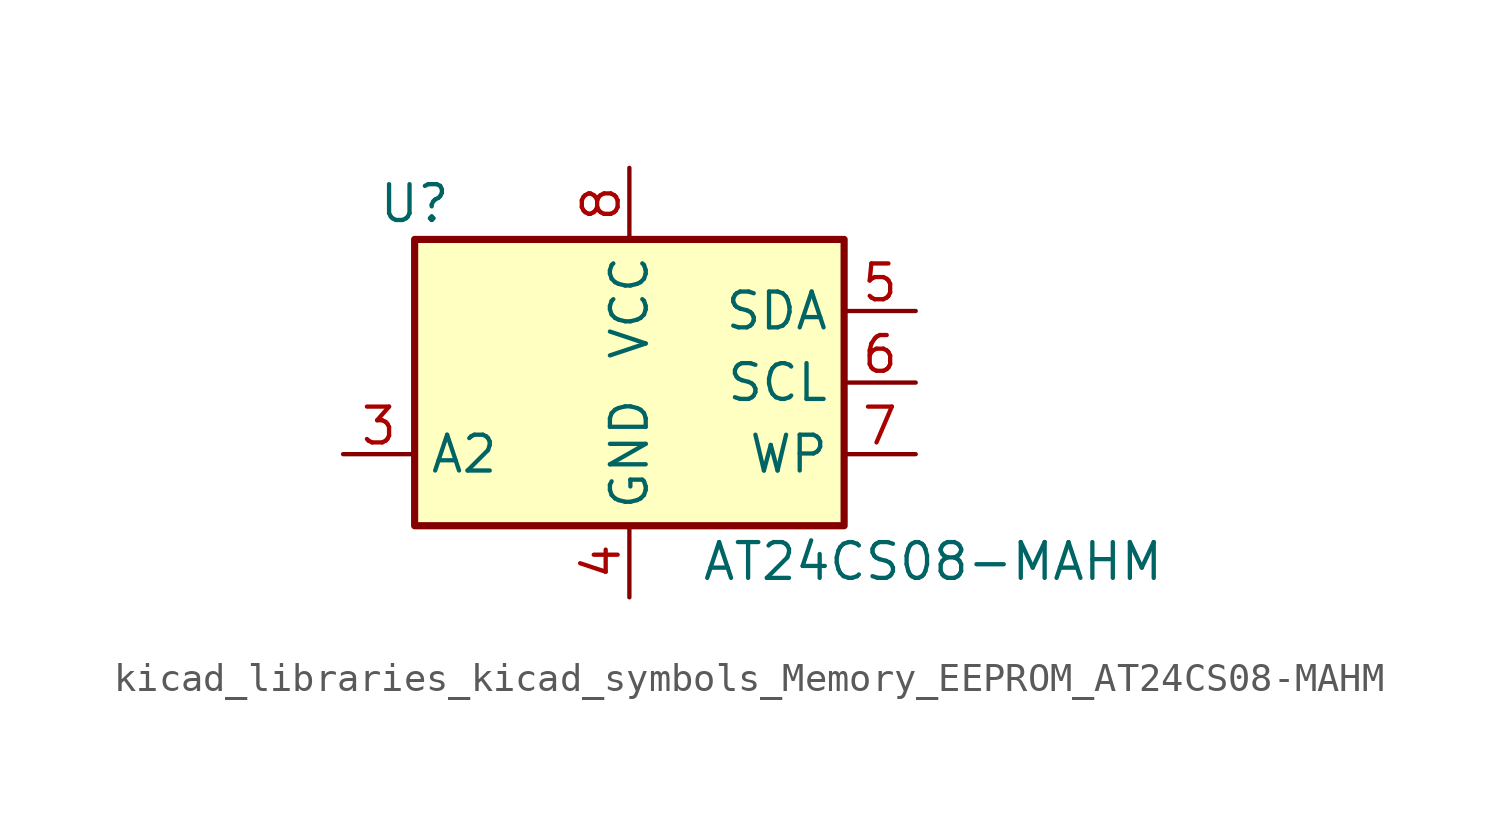
<source format=kicad_sym>
(kicad_symbol_lib
  (version 20220914)
  (generator kicad_symbol_editor)
  (symbol "kicad_libraries_kicad_symbols_Memory_EEPROM_AT24CS08-MAHM"
    (property "Reference" "U"
      (at -7.62 6.35 0)
      (effects (font (size 1.27 1.27))))
    (property "Value" "AT24CS08-MAHM"
      (at 2.54 -6.35 0)
      (effects (font (size 1.27 1.27)) (justify left)))
    (symbol "kicad_libraries_kicad_symbols_Memory_EEPROM_AT24CS08-MAHM_1_1"
      (rectangle (start -7.62 5.08) (end 7.62 -5.08) (stroke (width 0.254) (type default)) (fill (type background)))
      (pin no_connect line (at -7.62 2.54 0) (length 2.54) hide (name "NC" (effects (font (size 1.27 1.27)))) (number "1" (effects (font (size 1.27 1.27)))))
      (pin no_connect line (at -7.62 0 0) (length 2.54) hide (name "NC" (effects (font (size 1.27 1.27)))) (number "2" (effects (font (size 1.27 1.27)))))
      (pin input line (at -10.16 -2.54 0) (length 2.54) (name "A2" (effects (font (size 1.27 1.27)))) (number "3" (effects (font (size 1.27 1.27)))))
      (pin power_in line (at 0 -7.62 90) (length 2.54) (name "GND" (effects (font (size 1.27 1.27)))) (number "4" (effects (font (size 1.27 1.27)))))
      (pin bidirectional line (at 10.16 2.54 180) (length 2.54) (name "SDA" (effects (font (size 1.27 1.27)))) (number "5" (effects (font (size 1.27 1.27)))))
      (pin input line (at 10.16 0 180) (length 2.54) (name "SCL" (effects (font (size 1.27 1.27)))) (number "6" (effects (font (size 1.27 1.27)))))
      (pin input line (at 10.16 -2.54 180) (length 2.54) (name "WP" (effects (font (size 1.27 1.27)))) (number "7" (effects (font (size 1.27 1.27)))))
      (pin power_in line (at 0 7.62 270) (length 2.54) (name "VCC" (effects (font (size 1.27 1.27)))) (number "8" (effects (font (size 1.27 1.27)))))
      (pin no_connect line (at -2.54 -5.08 90) (length 2.54) hide (name "NC" (effects (font (size 1.27 1.27)))) (number "9" (effects (font (size 1.27 1.27))))))))
</source>
